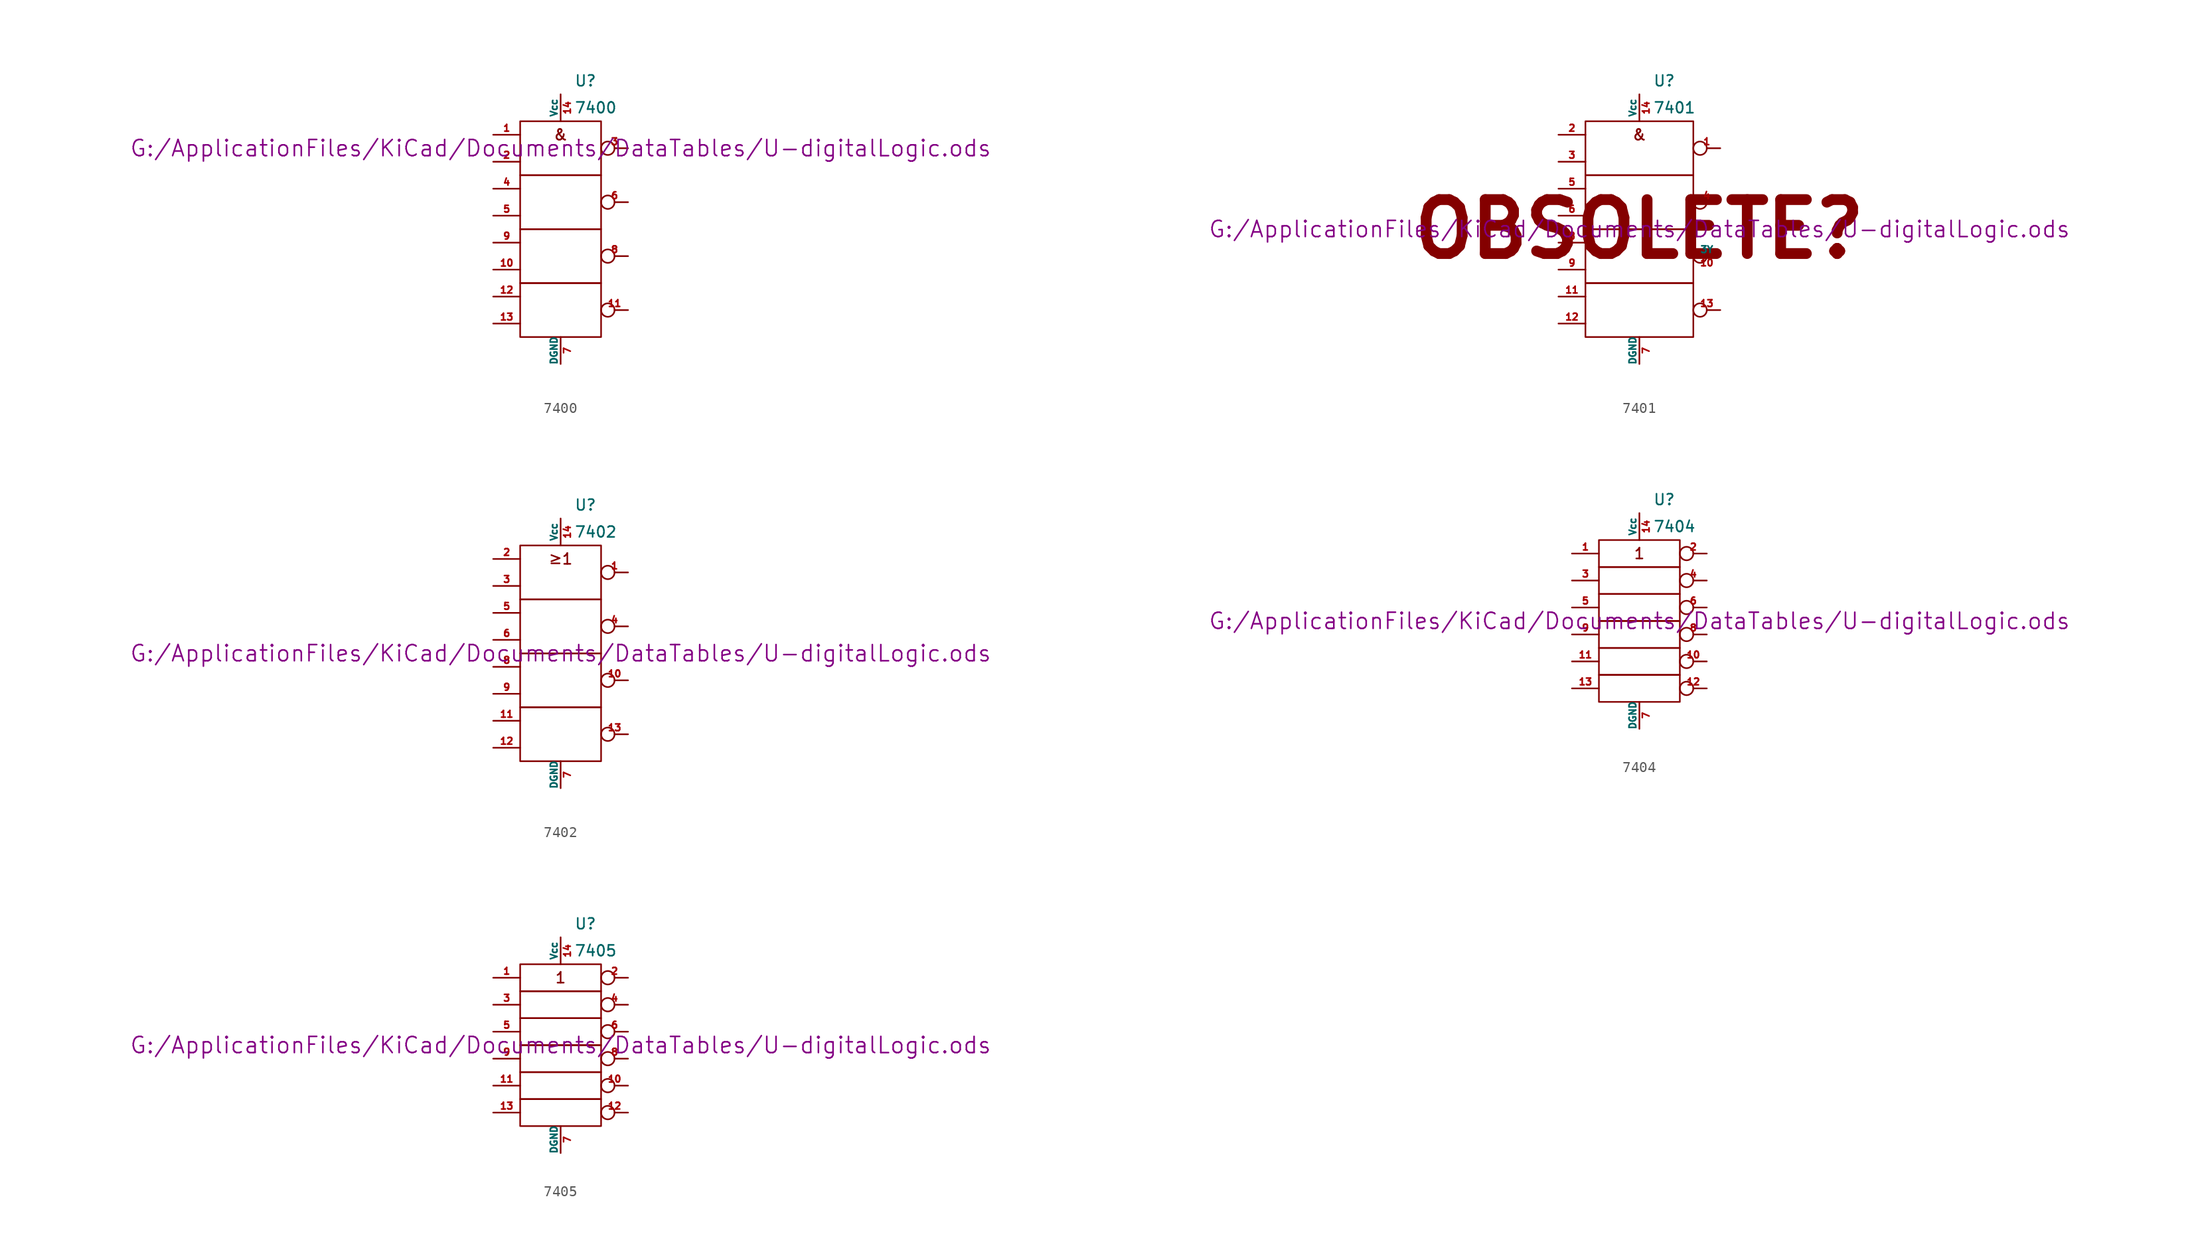
<source format=kicad_sym>
(kicad_symbol_lib
  (version 20211014)
  (generator kicad_symbol_editor)
  (symbol "7400"
    (pin_names
      (offset 0))
    (property "Reference" "U"
      (at 1.27 13.97 0)
      (effects (font (size 1.016 1.016)) (justify left)))
    (property "Value" "7400"
      (at 1.27 11.43 0)
      (effects (font (size 1.016 1.016)) (justify left)))
    (property "Footprint" ""
      (at 0 7.62 0)
      (effects (font (size 1.524 1.524))))
    (property "Datasheet" "G:/ApplicationFiles/KiCad/Documents/DataTables/U-digitalLogic.ods"
      (at 0 7.62 0)
      (effects (font (size 1.524 1.524))))
    (symbol "7400_0_0"
      (text "&" (at 0 8.89 0) (effects (font (size 1.016 1.016)))))
    (symbol "7400_0_1"
      (rectangle (start -3.81 -5.08) (end 3.81 -10.16) (stroke (width 0) (type default) (color 0 0 0 0)) (fill (type none)))
      (rectangle (start -3.81 0) (end 3.81 -5.08) (stroke (width 0) (type default) (color 0 0 0 0)) (fill (type none)))
      (rectangle (start -3.81 5.08) (end 3.81 0) (stroke (width 0) (type default) (color 0 0 0 0)) (fill (type none)))
      (rectangle (start -3.81 10.16) (end 3.81 5.08) (stroke (width 0) (type default) (color 0 0 0 0)) (fill (type none))))
    (symbol "7400_1_1"
      (pin input line (at -6.35 8.89 0) (length 2.54) (name "~" (effects (font (size 0.635 0.635)))) (number "1" (effects (font (size 0.635 0.635)))))
      (pin input line (at -6.35 -3.81 0) (length 2.54) (name "~" (effects (font (size 0.635 0.635)))) (number "10" (effects (font (size 0.635 0.635)))))
      (pin output inverted (at 6.35 -7.62 180) (length 2.54) (name "~" (effects (font (size 0.635 0.635)))) (number "11" (effects (font (size 0.635 0.635)))))
      (pin input line (at -6.35 -6.35 0) (length 2.54) (name "~" (effects (font (size 0.635 0.635)))) (number "12" (effects (font (size 0.635 0.635)))))
      (pin input line (at -6.35 -8.89 0) (length 2.54) (name "~" (effects (font (size 0.635 0.635)))) (number "13" (effects (font (size 0.635 0.635)))))
      (pin power_in line (at 0 12.7 270) (length 2.54) (name "Vcc" (effects (font (size 0.635 0.635)))) (number "14" (effects (font (size 0.635 0.635)))))
      (pin input line (at -6.35 6.35 0) (length 2.54) (name "~" (effects (font (size 0.635 0.635)))) (number "2" (effects (font (size 0.635 0.635)))))
      (pin output inverted (at 6.35 7.62 180) (length 2.54) (name "~" (effects (font (size 0.635 0.635)))) (number "3" (effects (font (size 0.635 0.635)))))
      (pin input line (at -6.35 3.81 0) (length 2.54) (name "~" (effects (font (size 0.635 0.635)))) (number "4" (effects (font (size 0.635 0.635)))))
      (pin input line (at -6.35 1.27 0) (length 2.54) (name "~" (effects (font (size 0.635 0.635)))) (number "5" (effects (font (size 0.635 0.635)))))
      (pin output inverted (at 6.35 2.54 180) (length 2.54) (name "~" (effects (font (size 0.635 0.635)))) (number "6" (effects (font (size 0.635 0.635)))))
      (pin power_in line (at 0 -12.7 90) (length 2.54) (name "DGND" (effects (font (size 0.635 0.635)))) (number "7" (effects (font (size 0.635 0.635)))))
      (pin output inverted (at 6.35 -2.54 180) (length 2.54) (name "~" (effects (font (size 0.635 0.635)))) (number "8" (effects (font (size 0.635 0.635)))))
      (pin input line (at -6.35 -1.27 0) (length 2.54) (name "~" (effects (font (size 0.635 0.635)))) (number "9" (effects (font (size 0.635 0.635)))))))
  (symbol "7401"
    (pin_names
      (offset 0))
    (property "Reference" "U"
      (at 1.27 13.97 0)
      (effects (font (size 1.016 1.016)) (justify left)))
    (property "Value" "7401"
      (at 1.27 11.43 0)
      (effects (font (size 1.016 1.016)) (justify left)))
    (property "Footprint" ""
      (at 0 0 0)
      (effects (font (size 1.524 1.524))))
    (property "Datasheet" "G:/ApplicationFiles/KiCad/Documents/DataTables/U-digitalLogic.ods"
      (at 0 0 0)
      (effects (font (size 1.524 1.524))))
    (symbol "7401_0_0"
      (text "&" (at 0 8.89 0) (effects (font (size 1.016 1.016))))
      (text "OBSOLETE?" (at 0 0 0) (effects (font (size 5.08 5.08) bold))))
    (symbol "7401_0_1"
      (rectangle (start -5.08 -5.08) (end 5.08 -10.16) (stroke (width 0) (type default) (color 0 0 0 0)) (fill (type none)))
      (rectangle (start -5.08 0) (end 5.08 -5.08) (stroke (width 0) (type default) (color 0 0 0 0)) (fill (type none)))
      (rectangle (start -5.08 5.08) (end 5.08 0) (stroke (width 0) (type default) (color 0 0 0 0)) (fill (type none)))
      (rectangle (start -5.08 10.16) (end 5.08 5.08) (stroke (width 0) (type default) (color 0 0 0 0)) (fill (type none))))
    (symbol "7401_1_1"
      (pin open_collector inverted (at 7.62 7.62 180) (length 2.54) (name "~" (effects (font (size 0.635 0.635)))) (number "1" (effects (font (size 0.635 0.635)))))
      (pin open_collector inverted (at 7.62 -2.54 180) (length 2.54) (name "3Y" (effects (font (size 0.635 0.635)))) (number "10" (effects (font (size 0.635 0.635)))))
      (pin input line (at -7.62 -6.35 0) (length 2.54) (name "~" (effects (font (size 0.635 0.635)))) (number "11" (effects (font (size 0.635 0.635)))))
      (pin input line (at -7.62 -8.89 0) (length 2.54) (name "~" (effects (font (size 0.635 0.635)))) (number "12" (effects (font (size 0.635 0.635)))))
      (pin open_collector inverted (at 7.62 -7.62 180) (length 2.54) (name "~" (effects (font (size 0.635 0.635)))) (number "13" (effects (font (size 0.635 0.635)))))
      (pin power_in line (at 0 12.7 270) (length 2.54) (name "Vcc" (effects (font (size 0.635 0.635)))) (number "14" (effects (font (size 0.635 0.635)))))
      (pin input line (at -7.62 8.89 0) (length 2.54) (name "~" (effects (font (size 0.635 0.635)))) (number "2" (effects (font (size 0.635 0.635)))))
      (pin input line (at -7.62 6.35 0) (length 2.54) (name "~" (effects (font (size 0.635 0.635)))) (number "3" (effects (font (size 0.635 0.635)))))
      (pin open_collector inverted (at 7.62 2.54 180) (length 2.54) (name "~" (effects (font (size 0.635 0.635)))) (number "4" (effects (font (size 0.635 0.635)))))
      (pin input line (at -7.62 3.81 0) (length 2.54) (name "~" (effects (font (size 0.635 0.635)))) (number "5" (effects (font (size 0.635 0.635)))))
      (pin input line (at -7.62 1.27 0) (length 2.54) (name "~" (effects (font (size 0.635 0.635)))) (number "6" (effects (font (size 0.635 0.635)))))
      (pin power_in line (at 0 -12.7 90) (length 2.54) (name "DGND" (effects (font (size 0.635 0.635)))) (number "7" (effects (font (size 0.635 0.635)))))
      (pin input line (at -7.62 -1.27 0) (length 2.54) (name "~" (effects (font (size 0.635 0.635)))) (number "8" (effects (font (size 0.635 0.635)))))
      (pin input line (at -7.62 -3.81 0) (length 2.54) (name "~" (effects (font (size 0.635 0.635)))) (number "9" (effects (font (size 0.635 0.635)))))))
  (symbol "7402"
    (pin_names
      (offset 0))
    (property "Reference" "U"
      (at 1.27 13.97 0)
      (effects (font (size 1.016 1.016)) (justify left)))
    (property "Value" "7402"
      (at 1.27 11.43 0)
      (effects (font (size 1.016 1.016)) (justify left)))
    (property "Footprint" ""
      (at 0 0 0)
      (effects (font (size 1.524 1.524))))
    (property "Datasheet" "G:/ApplicationFiles/KiCad/Documents/DataTables/U-digitalLogic.ods"
      (at 0 0 0)
      (effects (font (size 1.524 1.524))))
    (symbol "7402_0_0"
      (text "≥1" (at 0 8.89 0) (effects (font (size 1.016 1.016)))))
    (symbol "7402_0_1"
      (rectangle (start -3.81 -5.08) (end 3.81 -10.16) (stroke (width 0) (type default) (color 0 0 0 0)) (fill (type none)))
      (rectangle (start -3.81 0) (end 3.81 -5.08) (stroke (width 0) (type default) (color 0 0 0 0)) (fill (type none)))
      (rectangle (start -3.81 5.08) (end 3.81 0) (stroke (width 0) (type default) (color 0 0 0 0)) (fill (type none)))
      (rectangle (start -3.81 10.16) (end 3.81 5.08) (stroke (width 0) (type default) (color 0 0 0 0)) (fill (type none))))
    (symbol "7402_1_1"
      (pin output inverted (at 6.35 7.62 180) (length 2.54) (name "~" (effects (font (size 0.635 0.635)))) (number "1" (effects (font (size 0.635 0.635)))))
      (pin output inverted (at 6.35 -2.54 180) (length 2.54) (name "~" (effects (font (size 0.635 0.635)))) (number "10" (effects (font (size 0.635 0.635)))))
      (pin input line (at -6.35 -6.35 0) (length 2.54) (name "~" (effects (font (size 0.635 0.635)))) (number "11" (effects (font (size 0.635 0.635)))))
      (pin input line (at -6.35 -8.89 0) (length 2.54) (name "~" (effects (font (size 0.635 0.635)))) (number "12" (effects (font (size 0.635 0.635)))))
      (pin output inverted (at 6.35 -7.62 180) (length 2.54) (name "~" (effects (font (size 0.635 0.635)))) (number "13" (effects (font (size 0.635 0.635)))))
      (pin power_in line (at 0 12.7 270) (length 2.54) (name "Vcc" (effects (font (size 0.635 0.635)))) (number "14" (effects (font (size 0.635 0.635)))))
      (pin input line (at -6.35 8.89 0) (length 2.54) (name "~" (effects (font (size 0.635 0.635)))) (number "2" (effects (font (size 0.635 0.635)))))
      (pin input line (at -6.35 6.35 0) (length 2.54) (name "~" (effects (font (size 0.635 0.635)))) (number "3" (effects (font (size 0.635 0.635)))))
      (pin output inverted (at 6.35 2.54 180) (length 2.54) (name "~" (effects (font (size 0.635 0.635)))) (number "4" (effects (font (size 0.635 0.635)))))
      (pin input line (at -6.35 3.81 0) (length 2.54) (name "~" (effects (font (size 0.635 0.635)))) (number "5" (effects (font (size 0.635 0.635)))))
      (pin input line (at -6.35 1.27 0) (length 2.54) (name "~" (effects (font (size 0.635 0.635)))) (number "6" (effects (font (size 0.635 0.635)))))
      (pin power_in line (at 0 -12.7 90) (length 2.54) (name "DGND" (effects (font (size 0.635 0.635)))) (number "7" (effects (font (size 0.635 0.635)))))
      (pin input line (at -6.35 -1.27 0) (length 2.54) (name "~" (effects (font (size 0.635 0.635)))) (number "8" (effects (font (size 0.635 0.635)))))
      (pin input line (at -6.35 -3.81 0) (length 2.54) (name "~" (effects (font (size 0.635 0.635)))) (number "9" (effects (font (size 0.635 0.635)))))))
  (symbol "7404"
    (pin_names
      (offset 0))
    (property "Reference" "U"
      (at 1.27 11.43 0)
      (effects (font (size 1.016 1.016)) (justify left)))
    (property "Value" "7404"
      (at 1.27 8.89 0)
      (effects (font (size 1.016 1.016)) (justify left)))
    (property "Footprint" ""
      (at 0 0 0)
      (effects (font (size 1.524 1.524))))
    (property "Datasheet" "G:/ApplicationFiles/KiCad/Documents/DataTables/U-digitalLogic.ods"
      (at 0 0 0)
      (effects (font (size 1.524 1.524))))
    (symbol "7404_0_0"
      (text "1" (at 0 6.35 0) (effects (font (size 1.016 1.016)))))
    (symbol "7404_0_1"
      (rectangle (start -3.81 -5.08) (end 3.81 -7.62) (stroke (width 0) (type default) (color 0 0 0 0)) (fill (type none)))
      (rectangle (start -3.81 -2.54) (end 3.81 -5.08) (stroke (width 0) (type default) (color 0 0 0 0)) (fill (type none)))
      (rectangle (start -3.81 0) (end 3.81 -2.54) (stroke (width 0) (type default) (color 0 0 0 0)) (fill (type none)))
      (rectangle (start -3.81 2.54) (end 3.81 0) (stroke (width 0) (type default) (color 0 0 0 0)) (fill (type none)))
      (rectangle (start -3.81 5.08) (end 3.81 2.54) (stroke (width 0) (type default) (color 0 0 0 0)) (fill (type none)))
      (rectangle (start -3.81 7.62) (end 3.81 5.08) (stroke (width 0) (type default) (color 0 0 0 0)) (fill (type none))))
    (symbol "7404_1_1"
      (pin input line (at -6.35 6.35 0) (length 2.54) (name "~" (effects (font (size 0.635 0.635)))) (number "1" (effects (font (size 0.635 0.635)))))
      (pin output inverted (at 6.35 -3.81 180) (length 2.54) (name "~" (effects (font (size 0.635 0.635)))) (number "10" (effects (font (size 0.635 0.635)))))
      (pin input line (at -6.35 -3.81 0) (length 2.54) (name "~" (effects (font (size 0.635 0.635)))) (number "11" (effects (font (size 0.635 0.635)))))
      (pin output inverted (at 6.35 -6.35 180) (length 2.54) (name "~" (effects (font (size 0.635 0.635)))) (number "12" (effects (font (size 0.635 0.635)))))
      (pin input line (at -6.35 -6.35 0) (length 2.54) (name "~" (effects (font (size 0.635 0.635)))) (number "13" (effects (font (size 0.635 0.635)))))
      (pin power_in line (at 0 10.16 270) (length 2.54) (name "Vcc" (effects (font (size 0.635 0.635)))) (number "14" (effects (font (size 0.635 0.635)))))
      (pin output inverted (at 6.35 6.35 180) (length 2.54) (name "~" (effects (font (size 0.635 0.635)))) (number "2" (effects (font (size 0.635 0.635)))))
      (pin input line (at -6.35 3.81 0) (length 2.54) (name "~" (effects (font (size 0.635 0.635)))) (number "3" (effects (font (size 0.635 0.635)))))
      (pin output inverted (at 6.35 3.81 180) (length 2.54) (name "~" (effects (font (size 0.635 0.635)))) (number "4" (effects (font (size 0.635 0.635)))))
      (pin input line (at -6.35 1.27 0) (length 2.54) (name "~" (effects (font (size 0.635 0.635)))) (number "5" (effects (font (size 0.635 0.635)))))
      (pin output inverted (at 6.35 1.27 180) (length 2.54) (name "~" (effects (font (size 0.635 0.635)))) (number "6" (effects (font (size 0.635 0.635)))))
      (pin power_in line (at 0 -10.16 90) (length 2.54) (name "DGND" (effects (font (size 0.635 0.635)))) (number "7" (effects (font (size 0.635 0.635)))))
      (pin output inverted (at 6.35 -1.27 180) (length 2.54) (name "~" (effects (font (size 0.635 0.635)))) (number "8" (effects (font (size 0.635 0.635)))))
      (pin input line (at -6.35 -1.27 0) (length 2.54) (name "~" (effects (font (size 0.635 0.635)))) (number "9" (effects (font (size 0.635 0.635)))))))
  (symbol "7405"
    (pin_names
      (offset 0))
    (property "Reference" "U"
      (at 1.27 11.43 0)
      (effects (font (size 1.016 1.016)) (justify left)))
    (property "Value" "7405"
      (at 1.27 8.89 0)
      (effects (font (size 1.016 1.016)) (justify left)))
    (property "Footprint" ""
      (at 0 0 0)
      (effects (font (size 1.524 1.524))))
    (property "Datasheet" "G:/ApplicationFiles/KiCad/Documents/DataTables/U-digitalLogic.ods"
      (at 0 0 0)
      (effects (font (size 1.524 1.524))))
    (symbol "7405_0_0"
      (text "1" (at 0 6.35 0) (effects (font (size 1.016 1.016)))))
    (symbol "7405_0_1"
      (rectangle (start -3.81 -5.08) (end 3.81 -7.62) (stroke (width 0) (type default) (color 0 0 0 0)) (fill (type none)))
      (rectangle (start -3.81 -2.54) (end 3.81 -5.08) (stroke (width 0) (type default) (color 0 0 0 0)) (fill (type none)))
      (rectangle (start -3.81 0) (end 3.81 -2.54) (stroke (width 0) (type default) (color 0 0 0 0)) (fill (type none)))
      (rectangle (start -3.81 2.54) (end 3.81 0) (stroke (width 0) (type default) (color 0 0 0 0)) (fill (type none)))
      (rectangle (start -3.81 5.08) (end 3.81 2.54) (stroke (width 0) (type default) (color 0 0 0 0)) (fill (type none)))
      (rectangle (start -3.81 7.62) (end 3.81 5.08) (stroke (width 0) (type default) (color 0 0 0 0)) (fill (type none))))
    (symbol "7405_1_1"
      (pin input line (at -6.35 6.35 0) (length 2.54) (name "~" (effects (font (size 0.635 0.635)))) (number "1" (effects (font (size 0.635 0.635)))))
      (pin open_collector inverted (at 6.35 -3.81 180) (length 2.54) (name "~" (effects (font (size 0.635 0.635)))) (number "10" (effects (font (size 0.635 0.635)))))
      (pin input line (at -6.35 -3.81 0) (length 2.54) (name "~" (effects (font (size 0.635 0.635)))) (number "11" (effects (font (size 0.635 0.635)))))
      (pin open_collector inverted (at 6.35 -6.35 180) (length 2.54) (name "~" (effects (font (size 0.635 0.635)))) (number "12" (effects (font (size 0.635 0.635)))))
      (pin input line (at -6.35 -6.35 0) (length 2.54) (name "~" (effects (font (size 0.635 0.635)))) (number "13" (effects (font (size 0.635 0.635)))))
      (pin power_in line (at 0 10.16 270) (length 2.54) (name "Vcc" (effects (font (size 0.635 0.635)))) (number "14" (effects (font (size 0.635 0.635)))))
      (pin open_collector inverted (at 6.35 6.35 180) (length 2.54) (name "~" (effects (font (size 0.635 0.635)))) (number "2" (effects (font (size 0.635 0.635)))))
      (pin input line (at -6.35 3.81 0) (length 2.54) (name "~" (effects (font (size 0.635 0.635)))) (number "3" (effects (font (size 0.635 0.635)))))
      (pin open_collector inverted (at 6.35 3.81 180) (length 2.54) (name "~" (effects (font (size 0.635 0.635)))) (number "4" (effects (font (size 0.635 0.635)))))
      (pin input line (at -6.35 1.27 0) (length 2.54) (name "~" (effects (font (size 0.635 0.635)))) (number "5" (effects (font (size 0.635 0.635)))))
      (pin open_collector inverted (at 6.35 1.27 180) (length 2.54) (name "~" (effects (font (size 0.635 0.635)))) (number "6" (effects (font (size 0.635 0.635)))))
      (pin power_in line (at 0 -10.16 90) (length 2.54) (name "DGND" (effects (font (size 0.635 0.635)))) (number "7" (effects (font (size 0.635 0.635)))))
      (pin open_collector inverted (at 6.35 -1.27 180) (length 2.54) (name "~" (effects (font (size 0.635 0.635)))) (number "8" (effects (font (size 0.635 0.635)))))
      (pin input line (at -6.35 -1.27 0) (length 2.54) (name "~" (effects (font (size 0.635 0.635)))) (number "9" (effects (font (size 0.635 0.635))))))))
</source>
